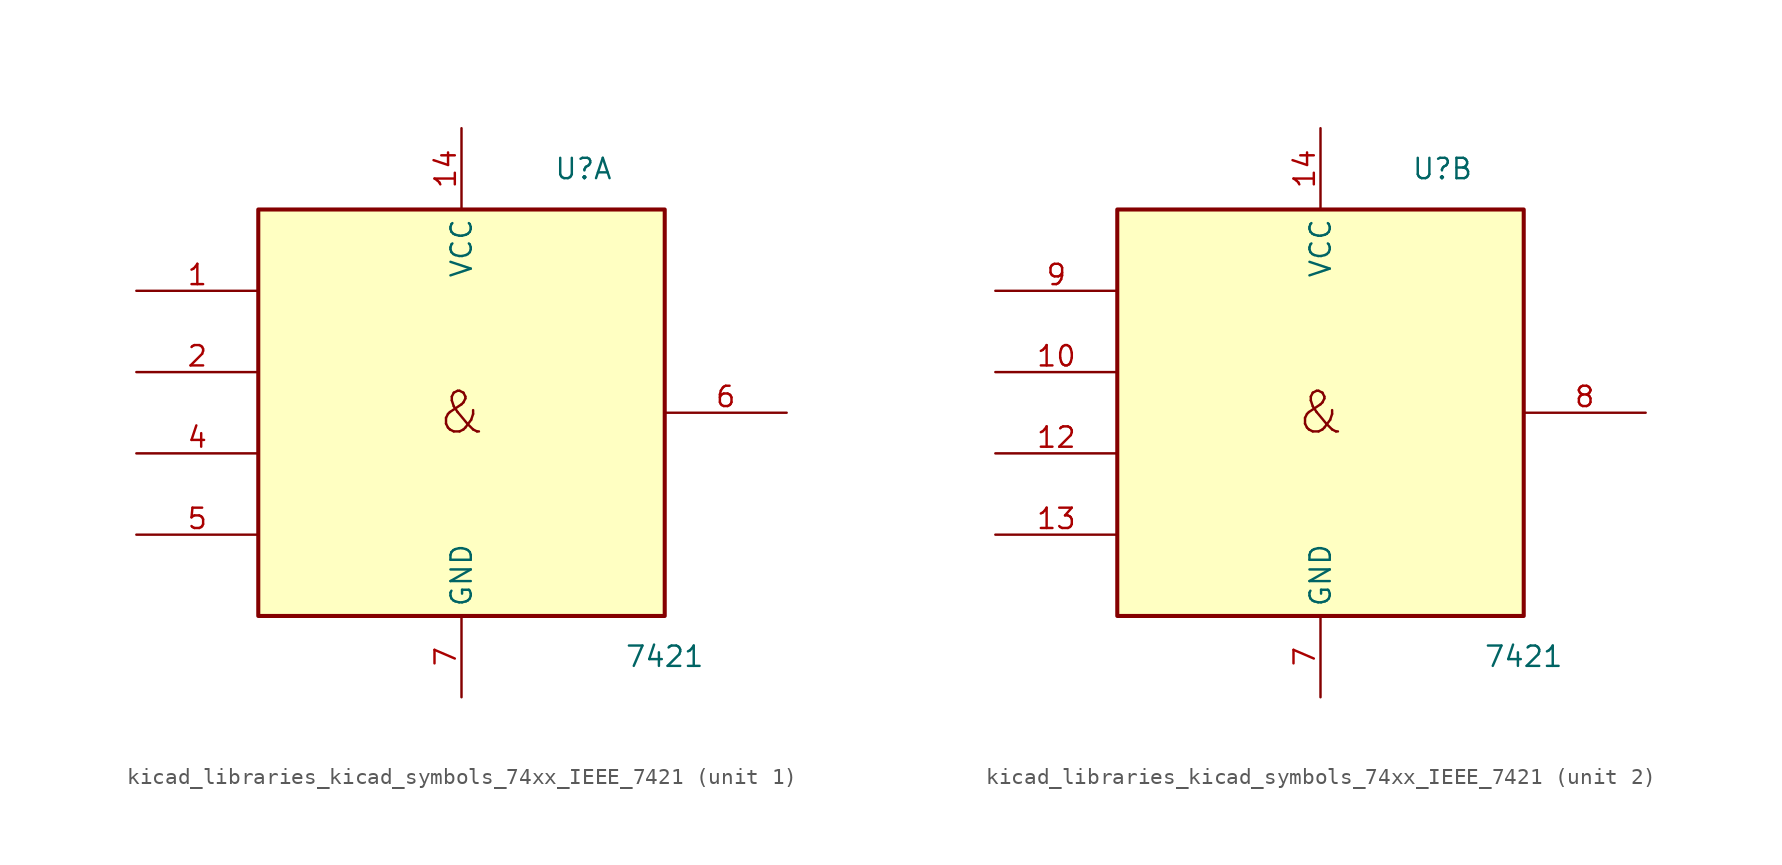
<source format=kicad_sym>
(kicad_symbol_lib
  (version 20220914)
  (generator kicad_symbol_editor)
  (symbol "kicad_libraries_kicad_symbols_74xx_IEEE_7421"
    (property "Reference" "U"
      (at 7.62 15.24 0)
      (effects (font (size 1.27 1.27))))
    (property "Value" "7421"
      (at 12.7 -15.24 0)
      (effects (font (size 1.27 1.27))))
    (symbol "kicad_libraries_kicad_symbols_74xx_IEEE_7421_0_0"
      (text "&" (at 0 0 0) (effects (font (size 2.54 2.54)))))
    (symbol "kicad_libraries_kicad_symbols_74xx_IEEE_7421_0_1"
      (rectangle (start -12.7 12.7) (end 12.7 -12.7) (stroke (width 0.254) (type default)) (fill (type background)))
      (pin power_in line (at 0 17.78 270) (length 5.08) (name "VCC" (effects (font (size 1.27 1.27)))) (number "14" (effects (font (size 1.27 1.27)))))
      (pin power_in line (at 0 -17.78 90) (length 5.08) (name "GND" (effects (font (size 1.27 1.27)))) (number "7" (effects (font (size 1.27 1.27))))))
    (symbol "kicad_libraries_kicad_symbols_74xx_IEEE_7421_1_1"
      (pin input line (at -20.32 7.62 0) (length 7.62) (name "~" (effects (font (size 1.27 1.27)))) (number "1" (effects (font (size 1.27 1.27)))))
      (pin input line (at -20.32 2.54 0) (length 7.62) (name "~" (effects (font (size 1.27 1.27)))) (number "2" (effects (font (size 1.27 1.27)))))
      (pin input line (at -20.32 -2.54 0) (length 7.62) (name "~" (effects (font (size 1.27 1.27)))) (number "4" (effects (font (size 1.27 1.27)))))
      (pin input line (at -20.32 -7.62 0) (length 7.62) (name "~" (effects (font (size 1.27 1.27)))) (number "5" (effects (font (size 1.27 1.27)))))
      (pin output line (at 20.32 0 180) (length 7.62) (name "~" (effects (font (size 1.27 1.27)))) (number "6" (effects (font (size 1.27 1.27))))))
    (symbol "kicad_libraries_kicad_symbols_74xx_IEEE_7421_2_1"
      (pin input line (at -20.32 2.54 0) (length 7.62) (name "~" (effects (font (size 1.27 1.27)))) (number "10" (effects (font (size 1.27 1.27)))))
      (pin input line (at -20.32 -2.54 0) (length 7.62) (name "~" (effects (font (size 1.27 1.27)))) (number "12" (effects (font (size 1.27 1.27)))))
      (pin input line (at -20.32 -7.62 0) (length 7.62) (name "~" (effects (font (size 1.27 1.27)))) (number "13" (effects (font (size 1.27 1.27)))))
      (pin output line (at 20.32 0 180) (length 7.62) (name "~" (effects (font (size 1.27 1.27)))) (number "8" (effects (font (size 1.27 1.27)))))
      (pin input line (at -20.32 7.62 0) (length 7.62) (name "~" (effects (font (size 1.27 1.27)))) (number "9" (effects (font (size 1.27 1.27))))))))
</source>
